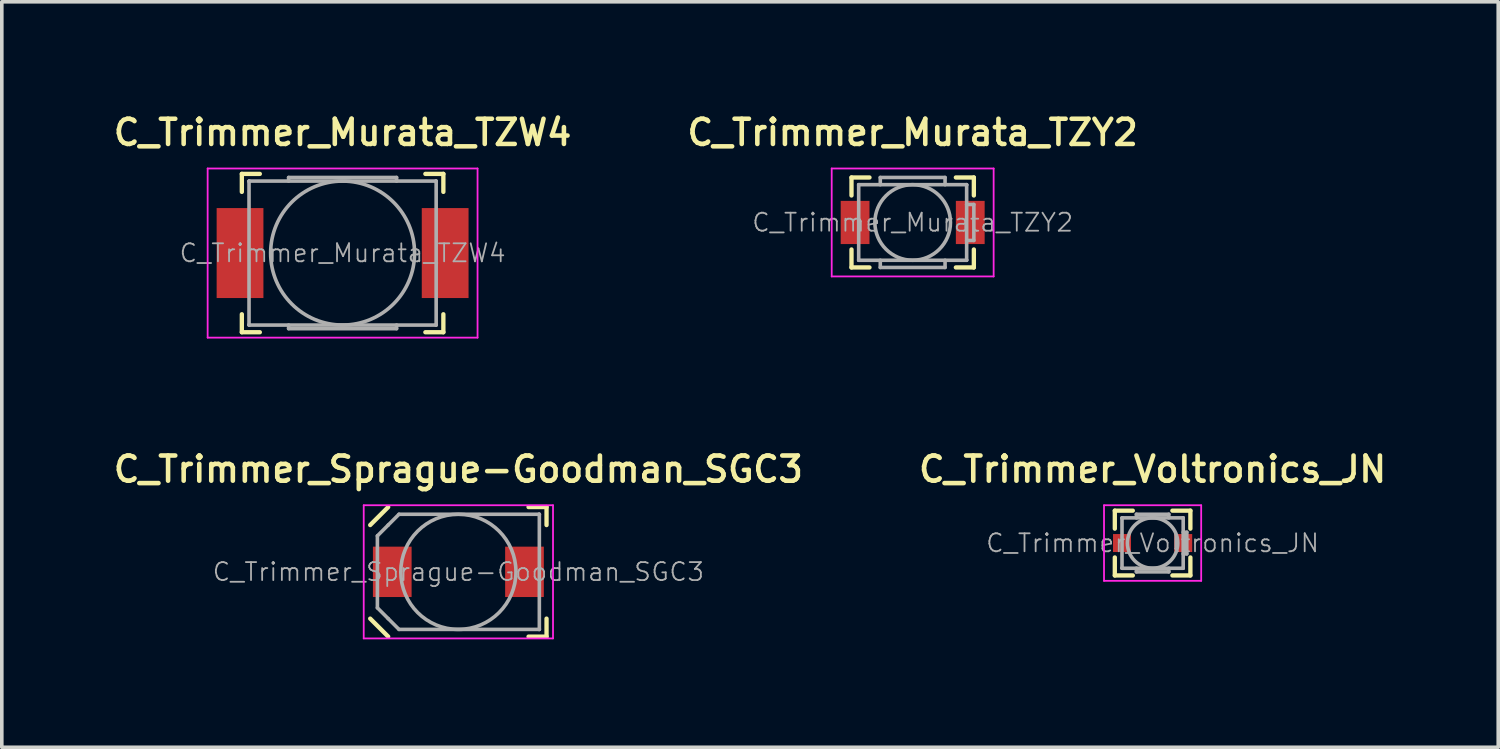
<source format=kicad_pcb>
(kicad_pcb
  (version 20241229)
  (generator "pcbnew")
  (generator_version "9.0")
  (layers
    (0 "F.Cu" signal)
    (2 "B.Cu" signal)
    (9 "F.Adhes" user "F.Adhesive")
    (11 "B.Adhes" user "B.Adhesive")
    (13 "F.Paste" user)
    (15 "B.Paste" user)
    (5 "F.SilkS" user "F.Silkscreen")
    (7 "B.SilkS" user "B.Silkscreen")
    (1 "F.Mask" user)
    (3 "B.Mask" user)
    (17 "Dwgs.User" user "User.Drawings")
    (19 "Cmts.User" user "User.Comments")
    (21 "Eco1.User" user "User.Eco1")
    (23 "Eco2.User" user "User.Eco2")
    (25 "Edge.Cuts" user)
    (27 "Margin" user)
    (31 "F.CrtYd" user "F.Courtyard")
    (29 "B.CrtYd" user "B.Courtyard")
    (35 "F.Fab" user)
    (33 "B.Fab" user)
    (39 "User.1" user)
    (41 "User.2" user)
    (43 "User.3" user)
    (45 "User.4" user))
  (footprint "C_Trimmer_Sprague-Goodman_SGC3"
    (layer "F.Cu")
    (at 9.687 12.84)
    (property "Reference" "C_Trimmer_Sprague-Goodman_SGC3" (at 0 -2.85 0) (layer "F.SilkS") (effects (font (size 0.7 0.7) (thickness 0.127))))
    (attr smd)
    (fp_line (start -2.45 -1.3) (end -1.95 -1.8) (stroke (width 0.12) (type solid)) (layer "F.SilkS"))
    (fp_line (start -2.45 1.3) (end -1.95 1.8) (stroke (width 0.12) (type solid)) (layer "F.SilkS"))
    (fp_line (start 2.45 -1.8) (end 1.95 -1.8) (stroke (width 0.12) (type solid)) (layer "F.SilkS"))
    (fp_line (start 2.45 -1.8) (end 2.45 -1.3) (stroke (width 0.12) (type solid)) (layer "F.SilkS"))
    (fp_line (start 2.45 1.8) (end 1.95 1.8) (stroke (width 0.12) (type solid)) (layer "F.SilkS"))
    (fp_line (start 2.45 1.8) (end 2.45 1.3) (stroke (width 0.12) (type solid)) (layer "F.SilkS"))
    (fp_line (start -2.63 -1.85) (end -2.63 1.85) (stroke (width 0.05) (type solid)) (layer "F.CrtYd"))
    (fp_line (start -2.63 1.85) (end 2.63 1.85) (stroke (width 0.05) (type solid)) (layer "F.CrtYd"))
    (fp_line (start 2.63 -1.85) (end -2.63 -1.85) (stroke (width 0.05) (type solid)) (layer "F.CrtYd"))
    (fp_line (start 2.63 1.85) (end 2.63 -1.85) (stroke (width 0.05) (type solid)) (layer "F.CrtYd"))
    (fp_line (start -2.25 -1) (end -1.95 -1.3) (stroke (width 0.1) (type solid)) (layer "F.Fab"))
    (fp_line (start -2.25 1) (end -2.25 -1) (stroke (width 0.1) (type solid)) (layer "F.Fab"))
    (fp_line (start -1.95 -1.3) (end -1.65 -1.6) (stroke (width 0.1) (type solid)) (layer "F.Fab"))
    (fp_line (start -1.95 1.3) (end -2.25 1) (stroke (width 0.1) (type solid)) (layer "F.Fab"))
    (fp_line (start -1.65 -1.6) (end 2.24 -1.6) (stroke (width 0.1) (type solid)) (layer "F.Fab"))
    (fp_line (start -1.65 1.6) (end -1.95 1.3) (stroke (width 0.1) (type solid)) (layer "F.Fab"))
    (fp_line (start 2.24 -1.6) (end 2.25 -1.6) (stroke (width 0.1) (type solid)) (layer "F.Fab"))
    (fp_line (start 2.24 1.6) (end -1.65 1.6) (stroke (width 0.1) (type solid)) (layer "F.Fab"))
    (fp_line (start 2.25 -1.6) (end 2.25 -1.59) (stroke (width 0.1) (type solid)) (layer "F.Fab"))
    (fp_line (start 2.25 -1.59) (end 2.25 1.59) (stroke (width 0.1) (type solid)) (layer "F.Fab"))
    (fp_line (start 2.25 1.59) (end 2.25 1.6) (stroke (width 0.1) (type solid)) (layer "F.Fab"))
    (fp_line (start 2.25 1.6) (end 2.24 1.6) (stroke (width 0.1) (type solid)) (layer "F.Fab"))
    (fp_circle (center 0 0) (end 1.6 0) (stroke (width 0.1) (type solid)) (fill no) (layer "F.Fab"))
    (fp_text user "${REFERENCE}" (at 0 0 0) (layer "F.Fab") (effects (font (size 0.5 0.5) (thickness 0.05))))
    (pad "1" smd rect (at -1.837 0) (size 1.075 1.4) (layers "F.Cu" "F.Mask" "F.Paste"))
    (pad "2" smd rect (at 1.837 0) (size 1.075 1.4) (layers "F.Cu" "F.Mask" "F.Paste")))
  (footprint "C_Trimmer_Voltronics_JN"
    (layer "F.Cu")
    (at 28.978 12.04)
    (property "Reference" "C_Trimmer_Voltronics_JN" (at 0 -2.05 0) (layer "F.SilkS") (effects (font (size 0.7 0.7) (thickness 0.127))))
    (attr smd)
    (fp_line (start -1.05 -0.9) (end -1.05 -0.4) (stroke (width 0.12) (type solid)) (layer "F.SilkS"))
    (fp_line (start -1.05 -0.9) (end -0.55 -0.9) (stroke (width 0.12) (type solid)) (layer "F.SilkS"))
    (fp_line (start -1.05 0.9) (end -1.05 0.4) (stroke (width 0.12) (type solid)) (layer "F.SilkS"))
    (fp_line (start -1.05 0.9) (end -0.55 0.9) (stroke (width 0.12) (type solid)) (layer "F.SilkS"))
    (fp_line (start 1.05 -0.9) (end 0.55 -0.9) (stroke (width 0.12) (type solid)) (layer "F.SilkS"))
    (fp_line (start 1.05 -0.9) (end 1.05 -0.4) (stroke (width 0.12) (type solid)) (layer "F.SilkS"))
    (fp_line (start 1.05 0.9) (end 0.55 0.9) (stroke (width 0.12) (type solid)) (layer "F.SilkS"))
    (fp_line (start 1.05 0.9) (end 1.05 0.4) (stroke (width 0.12) (type solid)) (layer "F.SilkS"))
    (fp_line (start -1.35 -1.05) (end -1.35 1.05) (stroke (width 0.05) (type solid)) (layer "F.CrtYd"))
    (fp_line (start -1.35 1.05) (end 1.35 1.05) (stroke (width 0.05) (type solid)) (layer "F.CrtYd"))
    (fp_line (start 1.35 -1.05) (end -1.35 -1.05) (stroke (width 0.05) (type solid)) (layer "F.CrtYd"))
    (fp_line (start 1.35 1.05) (end 1.35 -1.05) (stroke (width 0.05) (type solid)) (layer "F.CrtYd"))
    (fp_line (start -0.85 -0.7) (end -0.84 -0.7) (stroke (width 0.1) (type solid)) (layer "F.Fab"))
    (fp_line (start -0.85 -0.69) (end -0.85 -0.7) (stroke (width 0.1) (type solid)) (layer "F.Fab"))
    (fp_line (start -0.85 0.69) (end -0.85 -0.69) (stroke (width 0.1) (type solid)) (layer "F.Fab"))
    (fp_line (start -0.85 0.7) (end -0.85 0.69) (stroke (width 0.1) (type solid)) (layer "F.Fab"))
    (fp_line (start -0.84 -0.7) (end 0.84 -0.7) (stroke (width 0.1) (type solid)) (layer "F.Fab"))
    (fp_line (start -0.84 0.7) (end -0.85 0.7) (stroke (width 0.1) (type solid)) (layer "F.Fab"))
    (fp_line (start -0.45 -0.8) (end 0.45 -0.8) (stroke (width 0.1) (type solid)) (layer "F.Fab"))
    (fp_line (start -0.45 -0.7) (end -0.45 -0.8) (stroke (width 0.1) (type solid)) (layer "F.Fab"))
    (fp_line (start -0.45 0.7) (end -0.45 0.8) (stroke (width 0.1) (type solid)) (layer "F.Fab"))
    (fp_line (start -0.45 0.8) (end 0.45 0.8) (stroke (width 0.1) (type solid)) (layer "F.Fab"))
    (fp_line (start 0.45 -0.8) (end 0.45 -0.7) (stroke (width 0.1) (type solid)) (layer "F.Fab"))
    (fp_line (start 0.45 0.8) (end 0.45 0.7) (stroke (width 0.1) (type solid)) (layer "F.Fab"))
    (fp_line (start 0.84 -0.7) (end 0.85 -0.7) (stroke (width 0.1) (type solid)) (layer "F.Fab"))
    (fp_line (start 0.84 0.7) (end -0.84 0.7) (stroke (width 0.1) (type solid)) (layer "F.Fab"))
    (fp_line (start 0.85 -0.7) (end 0.85 -0.69) (stroke (width 0.1) (type solid)) (layer "F.Fab"))
    (fp_line (start 0.85 -0.69) (end 0.85 0.69) (stroke (width 0.1) (type solid)) (layer "F.Fab"))
    (fp_line (start 0.85 -0.3) (end 0.95 -0.3) (stroke (width 0.1) (type solid)) (layer "F.Fab"))
    (fp_line (start 0.85 0.69) (end 0.85 0.7) (stroke (width 0.1) (type solid)) (layer "F.Fab"))
    (fp_line (start 0.85 0.7) (end 0.84 0.7) (stroke (width 0.1) (type solid)) (layer "F.Fab"))
    (fp_line (start 0.95 -0.3) (end 0.95 0.3) (stroke (width 0.1) (type solid)) (layer "F.Fab"))
    (fp_line (start 0.95 0.3) (end 0.85 0.3) (stroke (width 0.1) (type solid)) (layer "F.Fab"))
    (fp_circle (center 0 0) (end 0.7 0) (stroke (width 0.1) (type solid)) (fill no) (layer "F.Fab"))
    (fp_text user "${REFERENCE}" (at 0 0 0) (layer "F.Fab") (effects (font (size 0.5 0.5) (thickness 0.05))))
    (pad "1" smd rect (at -0.85 0) (size 0.5 0.5) (layers "F.Cu" "F.Mask" "F.Paste"))
    (pad "2" smd rect (at 0.85 0) (size 0.5 0.5) (layers "F.Cu" "F.Mask" "F.Paste")))
  (footprint "C_Trimmer_Murata_TZW4"
    (layer "F.Cu")
    (at 6.47 3.982)
    (property "Reference" "C_Trimmer_Murata_TZW4" (at 0 -3.35 0) (layer "F.SilkS") (effects (font (size 0.7 0.7) (thickness 0.127))))
    (attr smd)
    (fp_line (start -2.8 -2.2) (end -2.8 -1.7) (stroke (width 0.12) (type solid)) (layer "F.SilkS"))
    (fp_line (start -2.8 -2.2) (end -2.3 -2.2) (stroke (width 0.12) (type solid)) (layer "F.SilkS"))
    (fp_line (start -2.8 2.2) (end -2.8 1.7) (stroke (width 0.12) (type solid)) (layer "F.SilkS"))
    (fp_line (start -2.8 2.2) (end -2.3 2.2) (stroke (width 0.12) (type solid)) (layer "F.SilkS"))
    (fp_line (start 2.8 -2.2) (end 2.3 -2.2) (stroke (width 0.12) (type solid)) (layer "F.SilkS"))
    (fp_line (start 2.8 -2.2) (end 2.8 -1.7) (stroke (width 0.12) (type solid)) (layer "F.SilkS"))
    (fp_line (start 2.8 2.2) (end 2.3 2.2) (stroke (width 0.12) (type solid)) (layer "F.SilkS"))
    (fp_line (start 2.8 2.2) (end 2.8 1.7) (stroke (width 0.12) (type solid)) (layer "F.SilkS"))
    (fp_line (start -3.75 -2.35) (end -3.75 2.35) (stroke (width 0.05) (type solid)) (layer "F.CrtYd"))
    (fp_line (start -3.75 2.35) (end 3.75 2.35) (stroke (width 0.05) (type solid)) (layer "F.CrtYd"))
    (fp_line (start 3.75 -2.35) (end -3.75 -2.35) (stroke (width 0.05) (type solid)) (layer "F.CrtYd"))
    (fp_line (start 3.75 2.35) (end 3.75 -2.35) (stroke (width 0.05) (type solid)) (layer "F.CrtYd"))
    (fp_line (start -2.6 -2) (end -2.59 -2) (stroke (width 0.1) (type solid)) (layer "F.Fab"))
    (fp_line (start -2.6 -1.99) (end -2.6 -2) (stroke (width 0.1) (type solid)) (layer "F.Fab"))
    (fp_line (start -2.6 1.99) (end -2.6 -1.99) (stroke (width 0.1) (type solid)) (layer "F.Fab"))
    (fp_line (start -2.6 2) (end -2.6 1.99) (stroke (width 0.1) (type solid)) (layer "F.Fab"))
    (fp_line (start -2.59 -2) (end 2.59 -2) (stroke (width 0.1) (type solid)) (layer "F.Fab"))
    (fp_line (start -2.59 2) (end -2.6 2) (stroke (width 0.1) (type solid)) (layer "F.Fab"))
    (fp_line (start -1.5 -2.1) (end 1.5 -2.1) (stroke (width 0.1) (type solid)) (layer "F.Fab"))
    (fp_line (start -1.5 -2) (end -1.5 -2.1) (stroke (width 0.1) (type solid)) (layer "F.Fab"))
    (fp_line (start -1.5 2) (end -1.5 2.1) (stroke (width 0.1) (type solid)) (layer "F.Fab"))
    (fp_line (start -1.5 2.1) (end 1.5 2.1) (stroke (width 0.1) (type solid)) (layer "F.Fab"))
    (fp_line (start 1.5 -2.1) (end 1.5 -2) (stroke (width 0.1) (type solid)) (layer "F.Fab"))
    (fp_line (start 1.5 2.1) (end 1.5 2) (stroke (width 0.1) (type solid)) (layer "F.Fab"))
    (fp_line (start 2.59 -2) (end 2.6 -2) (stroke (width 0.1) (type solid)) (layer "F.Fab"))
    (fp_line (start 2.59 2) (end -2.59 2) (stroke (width 0.1) (type solid)) (layer "F.Fab"))
    (fp_line (start 2.6 -2) (end 2.6 -1.99) (stroke (width 0.1) (type solid)) (layer "F.Fab"))
    (fp_line (start 2.6 -1.99) (end 2.6 1.99) (stroke (width 0.1) (type solid)) (layer "F.Fab"))
    (fp_line (start 2.6 1.99) (end 2.6 2) (stroke (width 0.1) (type solid)) (layer "F.Fab"))
    (fp_line (start 2.6 2) (end 2.59 2) (stroke (width 0.1) (type solid)) (layer "F.Fab"))
    (fp_circle (center 0 0) (end 2 0) (stroke (width 0.1) (type solid)) (fill no) (layer "F.Fab"))
    (fp_text user "${REFERENCE}" (at 0 0 0) (layer "F.Fab") (effects (font (size 0.5 0.5) (thickness 0.05))))
    (pad "1" smd rect (at -2.85 0) (size 1.3 2.5) (layers "F.Cu" "F.Mask" "F.Paste"))
    (pad "2" smd rect (at 2.85 0) (size 1.3 2.5) (layers "F.Cu" "F.Mask" "F.Paste")))
  (footprint "C_Trimmer_Murata_TZY2"
    (layer "F.Cu")
    (at 22.311 3.132)
    (property "Reference" "C_Trimmer_Murata_TZY2" (at 0 -2.5 0) (layer "F.SilkS") (effects (font (size 0.7 0.7) (thickness 0.127))))
    (attr smd)
    (fp_line (start -1.7 -1.25) (end -1.7 -0.75) (stroke (width 0.12) (type solid)) (layer "F.SilkS"))
    (fp_line (start -1.7 -1.25) (end -1.2 -1.25) (stroke (width 0.12) (type solid)) (layer "F.SilkS"))
    (fp_line (start -1.7 1.25) (end -1.7 0.75) (stroke (width 0.12) (type solid)) (layer "F.SilkS"))
    (fp_line (start -1.7 1.25) (end -1.2 1.25) (stroke (width 0.12) (type solid)) (layer "F.SilkS"))
    (fp_line (start 1.7 -1.25) (end 1.2 -1.25) (stroke (width 0.12) (type solid)) (layer "F.SilkS"))
    (fp_line (start 1.7 -1.25) (end 1.7 -0.75) (stroke (width 0.12) (type solid)) (layer "F.SilkS"))
    (fp_line (start 1.7 1.25) (end 1.2 1.25) (stroke (width 0.12) (type solid)) (layer "F.SilkS"))
    (fp_line (start 1.7 1.25) (end 1.7 0.75) (stroke (width 0.12) (type solid)) (layer "F.SilkS"))
    (fp_line (start -2.25 -1.5) (end -2.25 1.5) (stroke (width 0.05) (type solid)) (layer "F.CrtYd"))
    (fp_line (start -2.25 1.5) (end 2.25 1.5) (stroke (width 0.05) (type solid)) (layer "F.CrtYd"))
    (fp_line (start 2.25 -1.5) (end -2.25 -1.5) (stroke (width 0.05) (type solid)) (layer "F.CrtYd"))
    (fp_line (start 2.25 1.5) (end 2.25 -1.5) (stroke (width 0.05) (type solid)) (layer "F.CrtYd"))
    (fp_line (start -1.5 -1.05) (end -1.49 -1.05) (stroke (width 0.1) (type solid)) (layer "F.Fab"))
    (fp_line (start -1.5 -1.04) (end -1.5 -1.05) (stroke (width 0.1) (type solid)) (layer "F.Fab"))
    (fp_line (start -1.5 1.04) (end -1.5 -1.04) (stroke (width 0.1) (type solid)) (layer "F.Fab"))
    (fp_line (start -1.5 1.05) (end -1.5 1.04) (stroke (width 0.1) (type solid)) (layer "F.Fab"))
    (fp_line (start -1.49 -1.05) (end 1.49 -1.05) (stroke (width 0.1) (type solid)) (layer "F.Fab"))
    (fp_line (start -1.49 1.05) (end -1.5 1.05) (stroke (width 0.1) (type solid)) (layer "F.Fab"))
    (fp_line (start -0.9 -1.25) (end 0.9 -1.25) (stroke (width 0.1) (type solid)) (layer "F.Fab"))
    (fp_line (start -0.9 -1.05) (end -0.9 -1.25) (stroke (width 0.1) (type solid)) (layer "F.Fab"))
    (fp_line (start -0.9 1.05) (end -0.9 1.25) (stroke (width 0.1) (type solid)) (layer "F.Fab"))
    (fp_line (start -0.9 1.25) (end 0.9 1.25) (stroke (width 0.1) (type solid)) (layer "F.Fab"))
    (fp_line (start 0.9 -1.25) (end 0.9 -1.05) (stroke (width 0.1) (type solid)) (layer "F.Fab"))
    (fp_line (start 0.9 1.25) (end 0.9 1.05) (stroke (width 0.1) (type solid)) (layer "F.Fab"))
    (fp_line (start 1.49 -1.05) (end 1.5 -1.05) (stroke (width 0.1) (type solid)) (layer "F.Fab"))
    (fp_line (start 1.49 1.05) (end -1.49 1.05) (stroke (width 0.1) (type solid)) (layer "F.Fab"))
    (fp_line (start 1.5 -1.05) (end 1.5 -1.04) (stroke (width 0.1) (type solid)) (layer "F.Fab"))
    (fp_line (start 1.5 -1.04) (end 1.5 1.04) (stroke (width 0.1) (type solid)) (layer "F.Fab"))
    (fp_line (start 1.5 -0.5) (end 1.7 -0.5) (stroke (width 0.1) (type solid)) (layer "F.Fab"))
    (fp_line (start 1.5 1.04) (end 1.5 1.05) (stroke (width 0.1) (type solid)) (layer "F.Fab"))
    (fp_line (start 1.5 1.05) (end 1.49 1.05) (stroke (width 0.1) (type solid)) (layer "F.Fab"))
    (fp_line (start 1.7 -0.5) (end 1.7 0.5) (stroke (width 0.1) (type solid)) (layer "F.Fab"))
    (fp_line (start 1.7 0.5) (end 1.5 0.5) (stroke (width 0.1) (type solid)) (layer "F.Fab"))
    (fp_circle (center 0 0) (end 1.05 0) (stroke (width 0.1) (type solid)) (fill no) (layer "F.Fab"))
    (fp_text user "${REFERENCE}" (at 0 0 0) (layer "F.Fab") (effects (font (size 0.5 0.5) (thickness 0.05))))
    (pad "1" smd rect (at -1.6 0) (size 0.8 1.2) (layers "F.Cu" "F.Mask" "F.Paste"))
    (pad "2" smd rect (at 1.6 0) (size 0.8 1.2) (layers "F.Cu" "F.Mask" "F.Paste")))
  (gr_rect
    (start -3 -3)
    (end 38.582 17.715)
    (stroke (width 0.1) (type default))
    (fill no)
    (layer "Edge.Cuts")))
</source>
